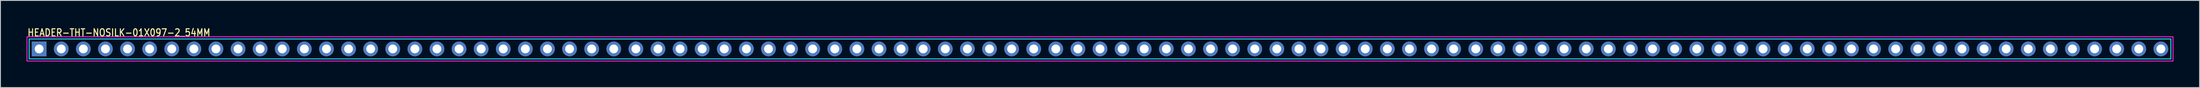
<source format=kicad_pcb>
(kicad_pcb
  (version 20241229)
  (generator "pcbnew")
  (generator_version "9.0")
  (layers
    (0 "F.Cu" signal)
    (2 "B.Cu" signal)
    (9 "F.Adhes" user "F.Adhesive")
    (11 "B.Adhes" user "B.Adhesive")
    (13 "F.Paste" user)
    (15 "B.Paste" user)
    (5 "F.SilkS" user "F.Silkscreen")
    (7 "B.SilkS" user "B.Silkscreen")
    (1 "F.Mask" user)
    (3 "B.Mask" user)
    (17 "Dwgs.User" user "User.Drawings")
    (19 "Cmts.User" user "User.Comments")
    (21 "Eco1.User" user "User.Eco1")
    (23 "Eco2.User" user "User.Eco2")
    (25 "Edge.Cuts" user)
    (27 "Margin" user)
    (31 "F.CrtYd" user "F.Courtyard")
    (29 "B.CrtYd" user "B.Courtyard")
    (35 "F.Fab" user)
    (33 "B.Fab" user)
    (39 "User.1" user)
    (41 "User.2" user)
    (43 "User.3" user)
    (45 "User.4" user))
  (footprint "HEADER-THT-NOSILK-01X097-2_54MM"
    (layer "F.Cu")
    (at 1.447 2.579)
    (property "Reference" "HEADER-THT-NOSILK-01X097-2_54MM" (at -1.4 -1.4 0) (unlocked yes) (layer "F.SilkS") (effects (font (size 0.813 0.695) (thickness 0.122)) (justify left bottom)))
    (fp_poly (pts (xy -1.143 -1.143) (xy 244.983 -1.143) (xy 244.983 1.143) (xy -1.143 1.143)) (stroke (width 0.1) (type solid)) (fill no) (layer "B.CrtYd"))
    (fp_poly (pts (xy -1.397 -1.397) (xy 245.237 -1.397) (xy 245.237 1.397) (xy -1.397 1.397)) (stroke (width 0.1) (type solid)) (fill no) (layer "F.CrtYd"))
    (pad "1" thru_hole rect (at 0 0) (size 1.693 1.693) (drill 1.016) (layers "*.Cu" "*.Mask"))
    (pad "2" thru_hole oval (at 2.54 0) (size 1.693 1.693) (drill 1.016) (layers "*.Cu" "*.Mask"))
    (pad "3" thru_hole oval (at 5.08 0) (size 1.693 1.693) (drill 1.016) (layers "*.Cu" "*.Mask"))
    (pad "4" thru_hole oval (at 7.62 0) (size 1.693 1.693) (drill 1.016) (layers "*.Cu" "*.Mask"))
    (pad "5" thru_hole oval (at 10.16 0) (size 1.693 1.693) (drill 1.016) (layers "*.Cu" "*.Mask"))
    (pad "6" thru_hole oval (at 12.7 0) (size 1.693 1.693) (drill 1.016) (layers "*.Cu" "*.Mask"))
    (pad "7" thru_hole oval (at 15.24 0) (size 1.693 1.693) (drill 1.016) (layers "*.Cu" "*.Mask"))
    (pad "8" thru_hole oval (at 17.78 0) (size 1.693 1.693) (drill 1.016) (layers "*.Cu" "*.Mask"))
    (pad "9" thru_hole oval (at 20.32 0) (size 1.693 1.693) (drill 1.016) (layers "*.Cu" "*.Mask"))
    (pad "10" thru_hole oval (at 22.86 0) (size 1.693 1.693) (drill 1.016) (layers "*.Cu" "*.Mask"))
    (pad "11" thru_hole oval (at 25.4 0) (size 1.693 1.693) (drill 1.016) (layers "*.Cu" "*.Mask"))
    (pad "12" thru_hole oval (at 27.94 0) (size 1.693 1.693) (drill 1.016) (layers "*.Cu" "*.Mask"))
    (pad "13" thru_hole oval (at 30.48 0) (size 1.693 1.693) (drill 1.016) (layers "*.Cu" "*.Mask"))
    (pad "14" thru_hole oval (at 33.02 0) (size 1.693 1.693) (drill 1.016) (layers "*.Cu" "*.Mask"))
    (pad "15" thru_hole oval (at 35.56 0) (size 1.693 1.693) (drill 1.016) (layers "*.Cu" "*.Mask"))
    (pad "16" thru_hole oval (at 38.1 0) (size 1.693 1.693) (drill 1.016) (layers "*.Cu" "*.Mask"))
    (pad "17" thru_hole oval (at 40.64 0) (size 1.693 1.693) (drill 1.016) (layers "*.Cu" "*.Mask"))
    (pad "18" thru_hole oval (at 43.18 0) (size 1.693 1.693) (drill 1.016) (layers "*.Cu" "*.Mask"))
    (pad "19" thru_hole oval (at 45.72 0) (size 1.693 1.693) (drill 1.016) (layers "*.Cu" "*.Mask"))
    (pad "20" thru_hole oval (at 48.26 0) (size 1.693 1.693) (drill 1.016) (layers "*.Cu" "*.Mask"))
    (pad "21" thru_hole oval (at 50.8 0) (size 1.693 1.693) (drill 1.016) (layers "*.Cu" "*.Mask"))
    (pad "22" thru_hole oval (at 53.34 0) (size 1.693 1.693) (drill 1.016) (layers "*.Cu" "*.Mask"))
    (pad "23" thru_hole oval (at 55.88 0) (size 1.693 1.693) (drill 1.016) (layers "*.Cu" "*.Mask"))
    (pad "24" thru_hole oval (at 58.42 0) (size 1.693 1.693) (drill 1.016) (layers "*.Cu" "*.Mask"))
    (pad "25" thru_hole oval (at 60.96 0) (size 1.693 1.693) (drill 1.016) (layers "*.Cu" "*.Mask"))
    (pad "26" thru_hole oval (at 63.5 0) (size 1.693 1.693) (drill 1.016) (layers "*.Cu" "*.Mask"))
    (pad "27" thru_hole oval (at 66.04 0) (size 1.693 1.693) (drill 1.016) (layers "*.Cu" "*.Mask"))
    (pad "28" thru_hole oval (at 68.58 0) (size 1.693 1.693) (drill 1.016) (layers "*.Cu" "*.Mask"))
    (pad "29" thru_hole oval (at 71.12 0) (size 1.693 1.693) (drill 1.016) (layers "*.Cu" "*.Mask"))
    (pad "30" thru_hole oval (at 73.66 0) (size 1.693 1.693) (drill 1.016) (layers "*.Cu" "*.Mask"))
    (pad "31" thru_hole oval (at 76.2 0) (size 1.693 1.693) (drill 1.016) (layers "*.Cu" "*.Mask"))
    (pad "32" thru_hole oval (at 78.74 0) (size 1.693 1.693) (drill 1.016) (layers "*.Cu" "*.Mask"))
    (pad "33" thru_hole oval (at 81.28 0) (size 1.693 1.693) (drill 1.016) (layers "*.Cu" "*.Mask"))
    (pad "34" thru_hole oval (at 83.82 0) (size 1.693 1.693) (drill 1.016) (layers "*.Cu" "*.Mask"))
    (pad "35" thru_hole oval (at 86.36 0) (size 1.693 1.693) (drill 1.016) (layers "*.Cu" "*.Mask"))
    (pad "36" thru_hole oval (at 88.9 0) (size 1.693 1.693) (drill 1.016) (layers "*.Cu" "*.Mask"))
    (pad "37" thru_hole oval (at 91.44 0) (size 1.693 1.693) (drill 1.016) (layers "*.Cu" "*.Mask"))
    (pad "38" thru_hole oval (at 93.98 0) (size 1.693 1.693) (drill 1.016) (layers "*.Cu" "*.Mask"))
    (pad "39" thru_hole oval (at 96.52 0) (size 1.693 1.693) (drill 1.016) (layers "*.Cu" "*.Mask"))
    (pad "40" thru_hole oval (at 99.06 0) (size 1.693 1.693) (drill 1.016) (layers "*.Cu" "*.Mask"))
    (pad "41" thru_hole oval (at 101.6 0) (size 1.693 1.693) (drill 1.016) (layers "*.Cu" "*.Mask"))
    (pad "42" thru_hole oval (at 104.14 0) (size 1.693 1.693) (drill 1.016) (layers "*.Cu" "*.Mask"))
    (pad "43" thru_hole oval (at 106.68 0) (size 1.693 1.693) (drill 1.016) (layers "*.Cu" "*.Mask"))
    (pad "44" thru_hole oval (at 109.22 0) (size 1.693 1.693) (drill 1.016) (layers "*.Cu" "*.Mask"))
    (pad "45" thru_hole oval (at 111.76 0) (size 1.693 1.693) (drill 1.016) (layers "*.Cu" "*.Mask"))
    (pad "46" thru_hole oval (at 114.3 0) (size 1.693 1.693) (drill 1.016) (layers "*.Cu" "*.Mask"))
    (pad "47" thru_hole oval (at 116.84 0) (size 1.693 1.693) (drill 1.016) (layers "*.Cu" "*.Mask"))
    (pad "48" thru_hole oval (at 119.38 0) (size 1.693 1.693) (drill 1.016) (layers "*.Cu" "*.Mask"))
    (pad "49" thru_hole oval (at 121.92 0) (size 1.693 1.693) (drill 1.016) (layers "*.Cu" "*.Mask"))
    (pad "50" thru_hole oval (at 124.46 0) (size 1.693 1.693) (drill 1.016) (layers "*.Cu" "*.Mask"))
    (pad "51" thru_hole oval (at 127 0) (size 1.693 1.693) (drill 1.016) (layers "*.Cu" "*.Mask"))
    (pad "52" thru_hole oval (at 129.54 0) (size 1.693 1.693) (drill 1.016) (layers "*.Cu" "*.Mask"))
    (pad "53" thru_hole oval (at 132.08 0) (size 1.693 1.693) (drill 1.016) (layers "*.Cu" "*.Mask"))
    (pad "54" thru_hole oval (at 134.62 0) (size 1.693 1.693) (drill 1.016) (layers "*.Cu" "*.Mask"))
    (pad "55" thru_hole oval (at 137.16 0) (size 1.693 1.693) (drill 1.016) (layers "*.Cu" "*.Mask"))
    (pad "56" thru_hole oval (at 139.7 0) (size 1.693 1.693) (drill 1.016) (layers "*.Cu" "*.Mask"))
    (pad "57" thru_hole oval (at 142.24 0) (size 1.693 1.693) (drill 1.016) (layers "*.Cu" "*.Mask"))
    (pad "58" thru_hole oval (at 144.78 0) (size 1.693 1.693) (drill 1.016) (layers "*.Cu" "*.Mask"))
    (pad "59" thru_hole oval (at 147.32 0) (size 1.693 1.693) (drill 1.016) (layers "*.Cu" "*.Mask"))
    (pad "60" thru_hole oval (at 149.86 0) (size 1.693 1.693) (drill 1.016) (layers "*.Cu" "*.Mask"))
    (pad "61" thru_hole oval (at 152.4 0) (size 1.693 1.693) (drill 1.016) (layers "*.Cu" "*.Mask"))
    (pad "62" thru_hole oval (at 154.94 0) (size 1.693 1.693) (drill 1.016) (layers "*.Cu" "*.Mask"))
    (pad "63" thru_hole oval (at 157.48 0) (size 1.693 1.693) (drill 1.016) (layers "*.Cu" "*.Mask"))
    (pad "64" thru_hole oval (at 160.02 0) (size 1.693 1.693) (drill 1.016) (layers "*.Cu" "*.Mask"))
    (pad "65" thru_hole oval (at 162.56 0) (size 1.693 1.693) (drill 1.016) (layers "*.Cu" "*.Mask"))
    (pad "66" thru_hole oval (at 165.1 0) (size 1.693 1.693) (drill 1.016) (layers "*.Cu" "*.Mask"))
    (pad "67" thru_hole oval (at 167.64 0) (size 1.693 1.693) (drill 1.016) (layers "*.Cu" "*.Mask"))
    (pad "68" thru_hole oval (at 170.18 0) (size 1.693 1.693) (drill 1.016) (layers "*.Cu" "*.Mask"))
    (pad "69" thru_hole oval (at 172.72 0) (size 1.693 1.693) (drill 1.016) (layers "*.Cu" "*.Mask"))
    (pad "70" thru_hole oval (at 175.26 0) (size 1.693 1.693) (drill 1.016) (layers "*.Cu" "*.Mask"))
    (pad "71" thru_hole oval (at 177.8 0) (size 1.693 1.693) (drill 1.016) (layers "*.Cu" "*.Mask"))
    (pad "72" thru_hole oval (at 180.34 0) (size 1.693 1.693) (drill 1.016) (layers "*.Cu" "*.Mask"))
    (pad "73" thru_hole oval (at 182.88 0) (size 1.693 1.693) (drill 1.016) (layers "*.Cu" "*.Mask"))
    (pad "74" thru_hole oval (at 185.42 0) (size 1.693 1.693) (drill 1.016) (layers "*.Cu" "*.Mask"))
    (pad "75" thru_hole oval (at 187.96 0) (size 1.693 1.693) (drill 1.016) (layers "*.Cu" "*.Mask"))
    (pad "76" thru_hole oval (at 190.5 0) (size 1.693 1.693) (drill 1.016) (layers "*.Cu" "*.Mask"))
    (pad "77" thru_hole oval (at 193.04 0) (size 1.693 1.693) (drill 1.016) (layers "*.Cu" "*.Mask"))
    (pad "78" thru_hole oval (at 195.58 0) (size 1.693 1.693) (drill 1.016) (layers "*.Cu" "*.Mask"))
    (pad "79" thru_hole oval (at 198.12 0) (size 1.693 1.693) (drill 1.016) (layers "*.Cu" "*.Mask"))
    (pad "80" thru_hole oval (at 200.66 0) (size 1.693 1.693) (drill 1.016) (layers "*.Cu" "*.Mask"))
    (pad "81" thru_hole oval (at 203.2 0) (size 1.693 1.693) (drill 1.016) (layers "*.Cu" "*.Mask"))
    (pad "82" thru_hole oval (at 205.74 0) (size 1.693 1.693) (drill 1.016) (layers "*.Cu" "*.Mask"))
    (pad "83" thru_hole oval (at 208.28 0) (size 1.693 1.693) (drill 1.016) (layers "*.Cu" "*.Mask"))
    (pad "84" thru_hole oval (at 210.82 0) (size 1.693 1.693) (drill 1.016) (layers "*.Cu" "*.Mask"))
    (pad "85" thru_hole oval (at 213.36 0) (size 1.693 1.693) (drill 1.016) (layers "*.Cu" "*.Mask"))
    (pad "86" thru_hole oval (at 215.9 0) (size 1.693 1.693) (drill 1.016) (layers "*.Cu" "*.Mask"))
    (pad "87" thru_hole oval (at 218.44 0) (size 1.693 1.693) (drill 1.016) (layers "*.Cu" "*.Mask"))
    (pad "88" thru_hole oval (at 220.98 0) (size 1.693 1.693) (drill 1.016) (layers "*.Cu" "*.Mask"))
    (pad "89" thru_hole oval (at 223.52 0) (size 1.693 1.693) (drill 1.016) (layers "*.Cu" "*.Mask"))
    (pad "90" thru_hole oval (at 226.06 0) (size 1.693 1.693) (drill 1.016) (layers "*.Cu" "*.Mask"))
    (pad "91" thru_hole oval (at 228.6 0) (size 1.693 1.693) (drill 1.016) (layers "*.Cu" "*.Mask"))
    (pad "92" thru_hole oval (at 231.14 0) (size 1.693 1.693) (drill 1.016) (layers "*.Cu" "*.Mask"))
    (pad "93" thru_hole oval (at 233.68 0) (size 1.693 1.693) (drill 1.016) (layers "*.Cu" "*.Mask"))
    (pad "94" thru_hole oval (at 236.22 0) (size 1.693 1.693) (drill 1.016) (layers "*.Cu" "*.Mask"))
    (pad "95" thru_hole oval (at 238.76 0) (size 1.693 1.693) (drill 1.016) (layers "*.Cu" "*.Mask"))
    (pad "96" thru_hole oval (at 241.3 0) (size 1.693 1.693) (drill 1.016) (layers "*.Cu" "*.Mask"))
    (pad "97" thru_hole oval (at 243.84 0) (size 1.693 1.693) (drill 1.016) (layers "*.Cu" "*.Mask")))
  (gr_rect
    (start -3 -3)
    (end 249.734 7.026)
    (stroke (width 0.1) (type default))
    (fill no)
    (layer "Edge.Cuts")))
</source>
